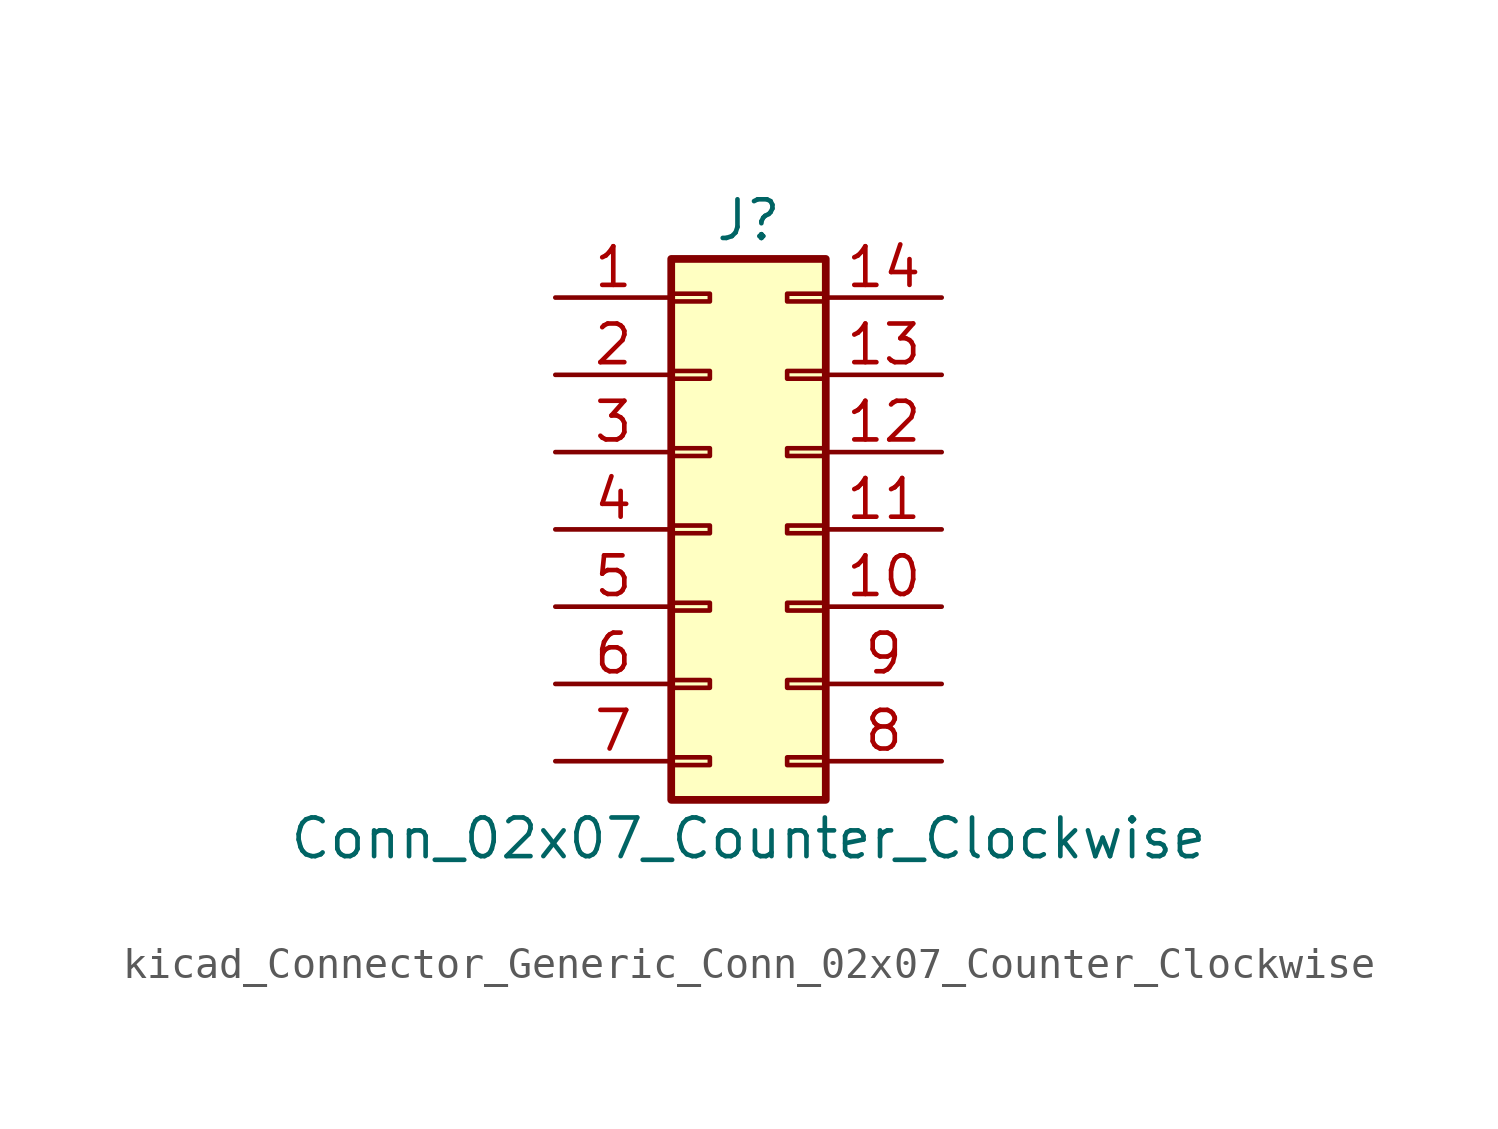
<source format=kicad_sym>
(kicad_symbol_lib
  (version 20220914)
  (generator kicad_symbol_editor)
  (symbol "kicad_Connector_Generic_Conn_02x07_Counter_Clockwise"
    (pin_names
      (offset 1.016) hide)
    (property "Reference" "J"
      (at 1.27 10.16 0)
      (effects (font (size 1.27 1.27))))
    (property "Value" "Conn_02x07_Counter_Clockwise"
      (at 1.27 -10.16 0)
      (effects (font (size 1.27 1.27))))
    (symbol "kicad_Connector_Generic_Conn_02x07_Counter_Clockwise_1_1"
      (rectangle (start -1.27 -7.493) (end 0 -7.747) (stroke (width 0.152) (type default)) (fill (type none)))
      (rectangle (start -1.27 -4.953) (end 0 -5.207) (stroke (width 0.152) (type default)) (fill (type none)))
      (rectangle (start -1.27 -2.413) (end 0 -2.667) (stroke (width 0.152) (type default)) (fill (type none)))
      (rectangle (start -1.27 0.127) (end 0 -0.127) (stroke (width 0.152) (type default)) (fill (type none)))
      (rectangle (start -1.27 2.667) (end 0 2.413) (stroke (width 0.152) (type default)) (fill (type none)))
      (rectangle (start -1.27 5.207) (end 0 4.953) (stroke (width 0.152) (type default)) (fill (type none)))
      (rectangle (start -1.27 7.747) (end 0 7.493) (stroke (width 0.152) (type default)) (fill (type none)))
      (rectangle (start -1.27 8.89) (end 3.81 -8.89) (stroke (width 0.254) (type default)) (fill (type background)))
      (rectangle (start 3.81 -7.493) (end 2.54 -7.747) (stroke (width 0.152) (type default)) (fill (type none)))
      (rectangle (start 3.81 -4.953) (end 2.54 -5.207) (stroke (width 0.152) (type default)) (fill (type none)))
      (rectangle (start 3.81 -2.413) (end 2.54 -2.667) (stroke (width 0.152) (type default)) (fill (type none)))
      (rectangle (start 3.81 0.127) (end 2.54 -0.127) (stroke (width 0.152) (type default)) (fill (type none)))
      (rectangle (start 3.81 2.667) (end 2.54 2.413) (stroke (width 0.152) (type default)) (fill (type none)))
      (rectangle (start 3.81 5.207) (end 2.54 4.953) (stroke (width 0.152) (type default)) (fill (type none)))
      (rectangle (start 3.81 7.747) (end 2.54 7.493) (stroke (width 0.152) (type default)) (fill (type none)))
      (pin passive line (at -5.08 7.62 0) (length 3.81) (name "Pin_1" (effects (font (size 1.27 1.27)))) (number "1" (effects (font (size 1.27 1.27)))))
      (pin passive line (at 7.62 -2.54 180) (length 3.81) (name "Pin_10" (effects (font (size 1.27 1.27)))) (number "10" (effects (font (size 1.27 1.27)))))
      (pin passive line (at 7.62 0 180) (length 3.81) (name "Pin_11" (effects (font (size 1.27 1.27)))) (number "11" (effects (font (size 1.27 1.27)))))
      (pin passive line (at 7.62 2.54 180) (length 3.81) (name "Pin_12" (effects (font (size 1.27 1.27)))) (number "12" (effects (font (size 1.27 1.27)))))
      (pin passive line (at 7.62 5.08 180) (length 3.81) (name "Pin_13" (effects (font (size 1.27 1.27)))) (number "13" (effects (font (size 1.27 1.27)))))
      (pin passive line (at 7.62 7.62 180) (length 3.81) (name "Pin_14" (effects (font (size 1.27 1.27)))) (number "14" (effects (font (size 1.27 1.27)))))
      (pin passive line (at -5.08 5.08 0) (length 3.81) (name "Pin_2" (effects (font (size 1.27 1.27)))) (number "2" (effects (font (size 1.27 1.27)))))
      (pin passive line (at -5.08 2.54 0) (length 3.81) (name "Pin_3" (effects (font (size 1.27 1.27)))) (number "3" (effects (font (size 1.27 1.27)))))
      (pin passive line (at -5.08 0 0) (length 3.81) (name "Pin_4" (effects (font (size 1.27 1.27)))) (number "4" (effects (font (size 1.27 1.27)))))
      (pin passive line (at -5.08 -2.54 0) (length 3.81) (name "Pin_5" (effects (font (size 1.27 1.27)))) (number "5" (effects (font (size 1.27 1.27)))))
      (pin passive line (at -5.08 -5.08 0) (length 3.81) (name "Pin_6" (effects (font (size 1.27 1.27)))) (number "6" (effects (font (size 1.27 1.27)))))
      (pin passive line (at -5.08 -7.62 0) (length 3.81) (name "Pin_7" (effects (font (size 1.27 1.27)))) (number "7" (effects (font (size 1.27 1.27)))))
      (pin passive line (at 7.62 -7.62 180) (length 3.81) (name "Pin_8" (effects (font (size 1.27 1.27)))) (number "8" (effects (font (size 1.27 1.27)))))
      (pin passive line (at 7.62 -5.08 180) (length 3.81) (name "Pin_9" (effects (font (size 1.27 1.27)))) (number "9" (effects (font (size 1.27 1.27))))))))
</source>
